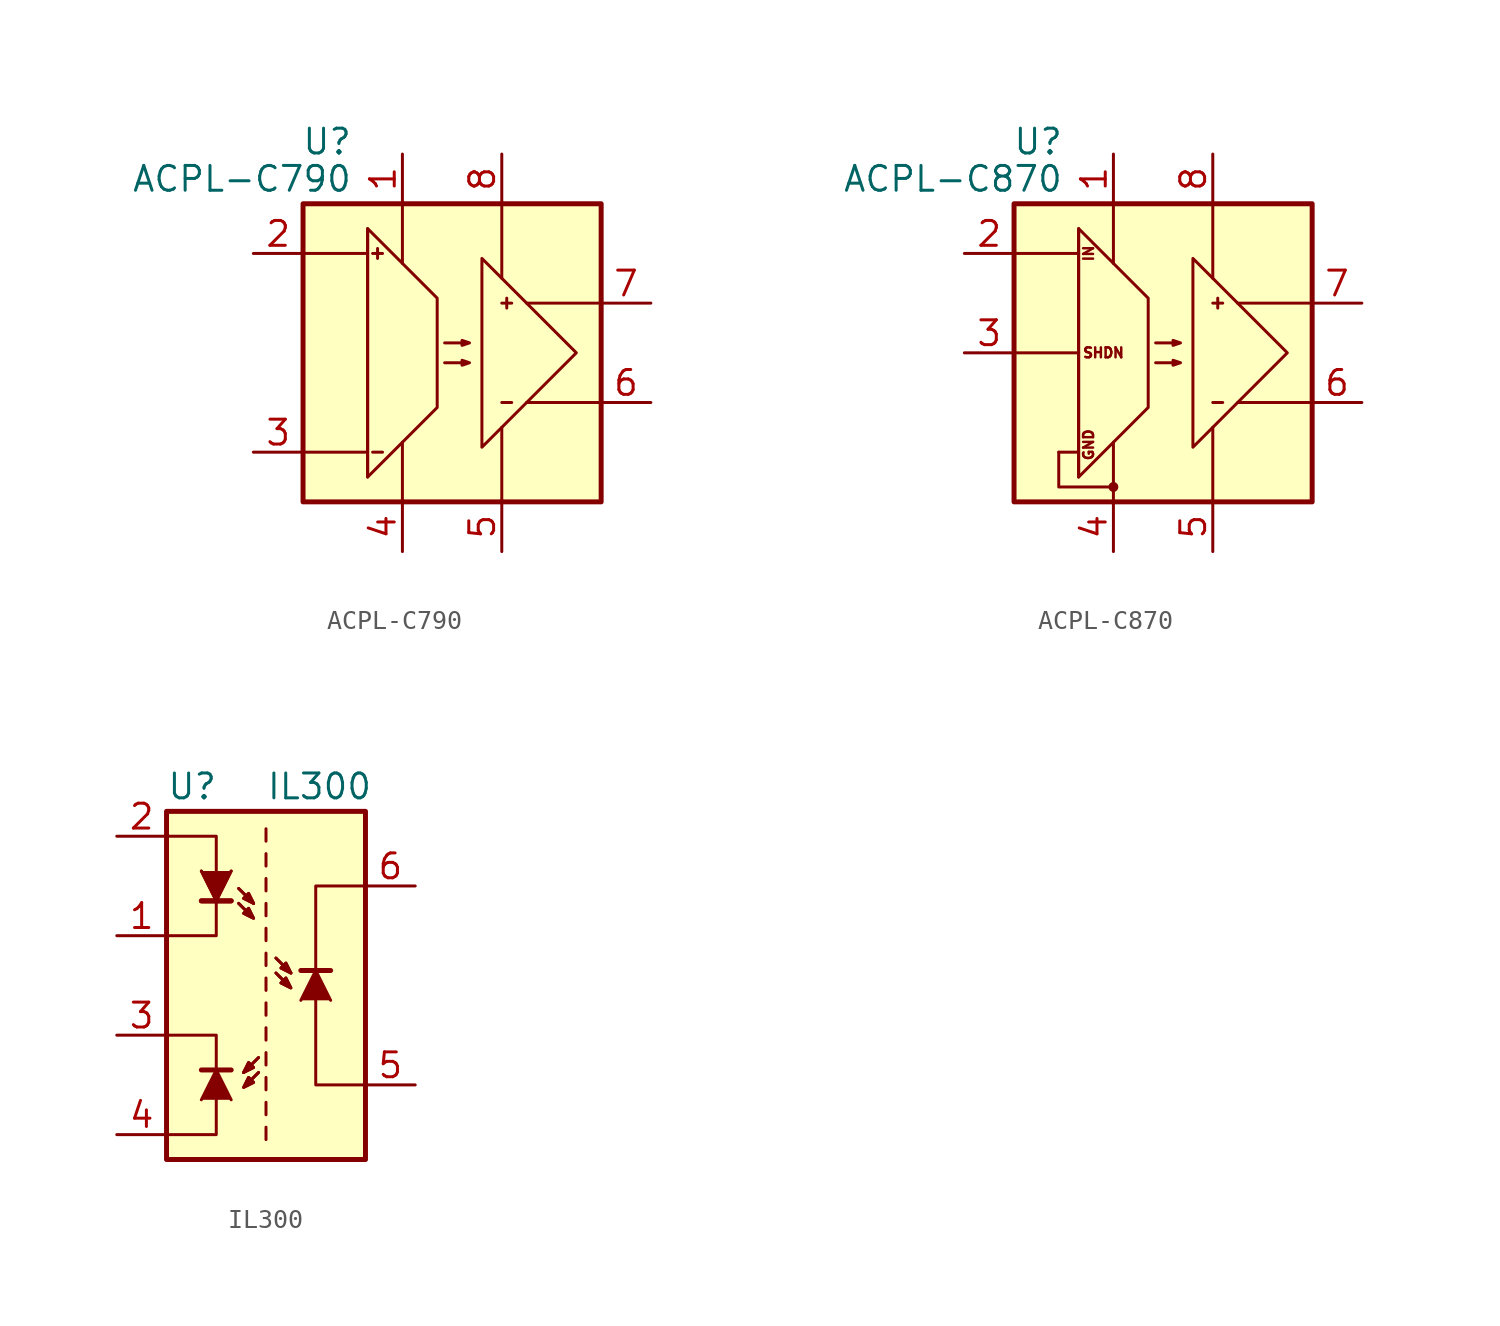
<source format=kicad_sym>
(kicad_symbol_lib
  (version 20201005)
  (generator kicad_symbol_editor)
  (symbol "ACPL-C790"
    (pin_names
      (offset 0) hide)
    (property "Reference" "U"
      (at -5.08 10.795 0)
      (effects (font (size 1.27 1.27)) (justify right)))
    (property "Value" "ACPL-C790"
      (at -5.08 8.89 0)
      (effects (font (size 1.27 1.27)) (justify right)))
    (symbol "ACPL-C790_0_1"
      (rectangle (start -7.62 7.62) (end 7.62 -7.62) (stroke (width 0.254)) (fill (type background)))
      (polyline (pts (xy -7.62 -5.08) (xy -4.318 -5.08)) (stroke (width 0)) (fill (type none)))
      (polyline (pts (xy -7.62 5.08) (xy -4.318 5.08)) (stroke (width 0)) (fill (type none)))
      (polyline (pts (xy -4.318 6.35) (xy -4.318 -6.35)) (stroke (width 0)) (fill (type none)))
      (polyline (pts (xy -4.064 -5.08) (xy -3.556 -5.08)) (stroke (width 0)) (fill (type none)))
      (polyline (pts (xy -4.064 5.08) (xy -3.556 5.08)) (stroke (width 0)) (fill (type none)))
      (polyline (pts (xy -3.81 5.334) (xy -3.81 4.826)) (stroke (width 0)) (fill (type none)))
      (polyline (pts (xy -2.54 -7.62) (xy -2.54 -4.572)) (stroke (width 0)) (fill (type none)))
      (polyline (pts (xy -2.54 7.62) (xy -2.54 4.572)) (stroke (width 0)) (fill (type none)))
      (polyline (pts (xy 2.54 -7.62) (xy 2.54 -3.81)) (stroke (width 0)) (fill (type none)))
      (polyline (pts (xy 2.54 7.62) (xy 2.54 3.81)) (stroke (width 0)) (fill (type none)))
      (polyline (pts (xy 2.794 2.794) (xy 2.794 2.286)) (stroke (width 0)) (fill (type none)))
      (polyline (pts (xy 3.048 -2.54) (xy 2.54 -2.54)) (stroke (width 0)) (fill (type none)))
      (polyline (pts (xy 3.048 2.54) (xy 2.54 2.54)) (stroke (width 0)) (fill (type none)))
      (polyline (pts (xy 7.62 -2.54) (xy 3.81 -2.54)) (stroke (width 0)) (fill (type none)))
      (polyline (pts (xy 7.62 2.54) (xy 3.81 2.54)) (stroke (width 0)) (fill (type none)))
      (polyline (pts (xy 6.35 0) (xy 1.524 -4.826) (xy 1.524 4.826) (xy 6.35 0)) (stroke (width 0)) (fill (type none)))
      (polyline (pts (xy -4.318 -6.35) (xy -0.762 -2.794) (xy -0.762 2.794) (xy -4.318 6.35) (xy -4.318 -6.35)) (stroke (width 0)) (fill (type none)))
      (polyline (pts (xy -0.381 -0.508) (xy 0.889 -0.508) (xy 0.508 -0.635) (xy 0.508 -0.381) (xy 0.889 -0.508)) (stroke (width 0)) (fill (type none)))
      (polyline (pts (xy -0.381 0.508) (xy 0.889 0.508) (xy 0.508 0.381) (xy 0.508 0.635) (xy 0.889 0.508)) (stroke (width 0)) (fill (type none))))
    (symbol "ACPL-C790_1_1"
      (pin power_in line (at -2.54 10.16 270) (length 2.54) (name "VDD1" (effects (font (size 1.27 1.27)))) (number "1" (effects (font (size 1.27 1.27)))))
      (pin input line (at -10.16 5.08 0) (length 2.54) (name "IN+" (effects (font (size 1.27 1.27)))) (number "2" (effects (font (size 1.27 1.27)))))
      (pin input line (at -10.16 -5.08 0) (length 2.54) (name "IN-" (effects (font (size 1.27 1.27)))) (number "3" (effects (font (size 1.27 1.27)))))
      (pin power_in line (at -2.54 -10.16 90) (length 2.54) (name "GND1" (effects (font (size 1.27 1.27)))) (number "4" (effects (font (size 1.27 1.27)))))
      (pin power_in line (at 2.54 -10.16 90) (length 2.54) (name "GND2" (effects (font (size 1.27 1.27)))) (number "5" (effects (font (size 1.27 1.27)))))
      (pin output line (at 10.16 -2.54 180) (length 2.54) (name "OUT-" (effects (font (size 1.27 1.27)))) (number "6" (effects (font (size 1.27 1.27)))))
      (pin output line (at 10.16 2.54 180) (length 2.54) (name "OUT+" (effects (font (size 1.27 1.27)))) (number "7" (effects (font (size 1.27 1.27)))))
      (pin power_in line (at 2.54 10.16 270) (length 2.54) (name "VDD2" (effects (font (size 1.27 1.27)))) (number "8" (effects (font (size 1.27 1.27)))))))
  (symbol "ACPL-C870"
    (pin_names
      (offset 0) hide)
    (property "Reference" "U"
      (at -5.08 10.795 0)
      (effects (font (size 1.27 1.27)) (justify right)))
    (property "Value" "ACPL-C870"
      (at -5.08 8.89 0)
      (effects (font (size 1.27 1.27)) (justify right)))
    (symbol "ACPL-C870_0_0"
      (circle (center -2.54 -6.858) (radius 0.178) (stroke (width 0)) (fill (type outline)))
      (text "GND" (at -3.81 -4.699 900) (effects (font (size 0.508 0.508))))
      (text "IN" (at -3.81 5.08 900) (effects (font (size 0.508 0.508))))
      (text "SHDN" (at -3.048 0 0) (effects (font (size 0.508 0.508))))
      (polyline (pts (xy -7.62 0) (xy -4.318 0)) (stroke (width 0)) (fill (type none)))
      (polyline (pts (xy -4.318 -5.08) (xy -5.334 -5.08)) (stroke (width 0)) (fill (type none)))
      (polyline (pts (xy -5.334 -5.08) (xy -5.334 -6.858) (xy -2.54 -6.858)) (stroke (width 0)) (fill (type none))))
    (symbol "ACPL-C870_0_1"
      (rectangle (start -7.62 7.62) (end 7.62 -7.62) (stroke (width 0.254)) (fill (type background)))
      (polyline (pts (xy -7.62 5.08) (xy -4.318 5.08)) (stroke (width 0)) (fill (type none)))
      (polyline (pts (xy -4.318 6.35) (xy -4.318 -6.35)) (stroke (width 0)) (fill (type none)))
      (polyline (pts (xy -2.54 -7.62) (xy -2.54 -4.572)) (stroke (width 0)) (fill (type none)))
      (polyline (pts (xy -2.54 7.62) (xy -2.54 4.572)) (stroke (width 0)) (fill (type none)))
      (polyline (pts (xy 2.54 -7.62) (xy 2.54 -3.81)) (stroke (width 0)) (fill (type none)))
      (polyline (pts (xy 2.54 7.62) (xy 2.54 3.81)) (stroke (width 0)) (fill (type none)))
      (polyline (pts (xy 2.794 2.794) (xy 2.794 2.286)) (stroke (width 0)) (fill (type none)))
      (polyline (pts (xy 3.048 -2.54) (xy 2.54 -2.54)) (stroke (width 0)) (fill (type none)))
      (polyline (pts (xy 3.048 2.54) (xy 2.54 2.54)) (stroke (width 0)) (fill (type none)))
      (polyline (pts (xy 7.62 -2.54) (xy 3.81 -2.54)) (stroke (width 0)) (fill (type none)))
      (polyline (pts (xy 7.62 2.54) (xy 3.81 2.54)) (stroke (width 0)) (fill (type none)))
      (polyline (pts (xy 6.35 0) (xy 1.524 -4.826) (xy 1.524 4.826) (xy 6.35 0)) (stroke (width 0)) (fill (type none)))
      (polyline (pts (xy -4.318 -6.35) (xy -0.762 -2.794) (xy -0.762 2.794) (xy -4.318 6.35) (xy -4.318 -6.35)) (stroke (width 0)) (fill (type none)))
      (polyline (pts (xy -0.381 -0.508) (xy 0.889 -0.508) (xy 0.508 -0.635) (xy 0.508 -0.381) (xy 0.889 -0.508)) (stroke (width 0)) (fill (type none)))
      (polyline (pts (xy -0.381 0.508) (xy 0.889 0.508) (xy 0.508 0.381) (xy 0.508 0.635) (xy 0.889 0.508)) (stroke (width 0)) (fill (type none))))
    (symbol "ACPL-C870_1_1"
      (pin power_in line (at -2.54 10.16 270) (length 2.54) (name "VDD1" (effects (font (size 1.27 1.27)))) (number "1" (effects (font (size 1.27 1.27)))))
      (pin input line (at -10.16 5.08 0) (length 2.54) (name "IN" (effects (font (size 1.27 1.27)))) (number "2" (effects (font (size 1.27 1.27)))))
      (pin input line (at -10.16 0 0) (length 2.54) (name "IN-" (effects (font (size 1.27 1.27)))) (number "3" (effects (font (size 1.27 1.27)))))
      (pin power_in line (at -2.54 -10.16 90) (length 2.54) (name "GND1" (effects (font (size 1.27 1.27)))) (number "4" (effects (font (size 1.27 1.27)))))
      (pin power_in line (at 2.54 -10.16 90) (length 2.54) (name "GND2" (effects (font (size 1.27 1.27)))) (number "5" (effects (font (size 1.27 1.27)))))
      (pin output line (at 10.16 -2.54 180) (length 2.54) (name "OUT-" (effects (font (size 1.27 1.27)))) (number "6" (effects (font (size 1.27 1.27)))))
      (pin output line (at 10.16 2.54 180) (length 2.54) (name "OUT+" (effects (font (size 1.27 1.27)))) (number "7" (effects (font (size 1.27 1.27)))))
      (pin power_in line (at 2.54 10.16 270) (length 2.54) (name "VDD2" (effects (font (size 1.27 1.27)))) (number "8" (effects (font (size 1.27 1.27)))))))
  (symbol "IL300"
    (pin_names
      (offset 1.016))
    (property "Reference" "U"
      (at -5.08 10.16 0)
      (effects (font (size 1.27 1.27)) (justify left)))
    (property "Value" "IL300"
      (at 0 10.16 0)
      (effects (font (size 1.27 1.27)) (justify left)))
    (symbol "IL300_0_1"
      (rectangle (start -5.08 8.89) (end 5.08 -8.89) (stroke (width 0.254)) (fill (type background)))
      (polyline (pts (xy -3.302 -4.318) (xy -1.778 -4.318)) (stroke (width 0.254)) (fill (type none)))
      (polyline (pts (xy -1.778 4.318) (xy -3.302 4.318)) (stroke (width 0.254)) (fill (type none)))
      (polyline (pts (xy -1.778 4.318) (xy -3.302 4.318)) (stroke (width 0.254)) (fill (type none)))
      (polyline (pts (xy 0 -7.239) (xy 0 -7.874)) (stroke (width 0)) (fill (type none)))
      (polyline (pts (xy 0 -5.969) (xy 0 -6.604)) (stroke (width 0)) (fill (type none)))
      (polyline (pts (xy 0 -4.699) (xy 0 -5.334)) (stroke (width 0)) (fill (type none)))
      (polyline (pts (xy 0 -3.429) (xy 0 -4.064)) (stroke (width 0)) (fill (type none)))
      (polyline (pts (xy 0 -2.159) (xy 0 -2.794)) (stroke (width 0)) (fill (type none)))
      (polyline (pts (xy 0 -0.889) (xy 0 -1.524)) (stroke (width 0)) (fill (type none)))
      (polyline (pts (xy 0 0.381) (xy 0 -0.254)) (stroke (width 0)) (fill (type none)))
      (polyline (pts (xy 0 1.651) (xy 0 1.016)) (stroke (width 0)) (fill (type none)))
      (polyline (pts (xy 0 2.921) (xy 0 2.286)) (stroke (width 0)) (fill (type none)))
      (polyline (pts (xy 0 4.191) (xy 0 3.556)) (stroke (width 0)) (fill (type none)))
      (polyline (pts (xy 0 5.461) (xy 0 4.826)) (stroke (width 0)) (fill (type none)))
      (polyline (pts (xy 0 6.731) (xy 0 6.096)) (stroke (width 0)) (fill (type none)))
      (polyline (pts (xy 0 8.001) (xy 0 7.366)) (stroke (width 0)) (fill (type none)))
      (polyline (pts (xy 1.778 0.762) (xy 3.302 0.762)) (stroke (width 0.254)) (fill (type none)))
      (polyline (pts (xy -3.302 -5.842) (xy -2.54 -4.318) (xy -1.778 -5.842)) (stroke (width 0)) (fill (type outline)))
      (polyline (pts (xy -1.778 5.842) (xy -2.54 4.318) (xy -3.302 5.842)) (stroke (width 0)) (fill (type outline)))
      (polyline (pts (xy -1.778 5.842) (xy -2.54 4.318) (xy -3.302 5.842)) (stroke (width 0)) (fill (type outline)))
      (polyline (pts (xy -1.397 4.953) (xy -0.635 4.191) (xy -0.635 4.191)) (stroke (width 0)) (fill (type none)))
      (polyline (pts (xy -1.397 4.953) (xy -0.635 4.191) (xy -0.635 4.191)) (stroke (width 0)) (fill (type none)))
      (polyline (pts (xy -0.381 -3.683) (xy -1.143 -4.445) (xy -1.143 -4.445)) (stroke (width 0)) (fill (type none)))
      (polyline (pts (xy -0.381 -3.683) (xy -1.143 -4.445) (xy -1.143 -4.445)) (stroke (width 0)) (fill (type none)))
      (polyline (pts (xy 0.508 1.397) (xy 1.27 0.635) (xy 1.27 0.635)) (stroke (width 0)) (fill (type none)))
      (polyline (pts (xy 0.508 1.397) (xy 1.27 0.635) (xy 1.27 0.635)) (stroke (width 0)) (fill (type none)))
      (polyline (pts (xy 1.778 -0.762) (xy 2.54 0.762) (xy 3.302 -0.762)) (stroke (width 0)) (fill (type outline)))
      (polyline (pts (xy -5.08 -2.54) (xy -2.54 -2.54) (xy -2.54 -7.62) (xy -5.08 -7.62)) (stroke (width 0)) (fill (type none)))
      (polyline (pts (xy -5.08 7.62) (xy -2.54 7.62) (xy -2.54 2.54) (xy -5.08 2.54)) (stroke (width 0)) (fill (type none)))
      (polyline (pts (xy 5.08 5.08) (xy 2.54 5.08) (xy 2.54 -5.08) (xy 5.08 -5.08)) (stroke (width 0)) (fill (type none)))
      (polyline (pts (xy -1.143 -4.445) (xy -0.889 -3.937) (xy -0.635 -4.191) (xy -1.143 -4.445) (xy -1.143 -4.445)) (stroke (width 0)) (fill (type none)))
      (polyline (pts (xy -1.143 -4.445) (xy -0.889 -3.937) (xy -0.635 -4.191) (xy -1.143 -4.445) (xy -1.143 -4.445)) (stroke (width 0)) (fill (type none)))
      (polyline (pts (xy -0.635 4.191) (xy -0.889 4.699) (xy -1.143 4.445) (xy -0.635 4.191) (xy -0.635 4.191)) (stroke (width 0)) (fill (type none)))
      (polyline (pts (xy -0.635 4.191) (xy -0.889 4.699) (xy -1.143 4.445) (xy -0.635 4.191) (xy -0.635 4.191)) (stroke (width 0)) (fill (type none)))
      (polyline (pts (xy 1.27 0.635) (xy 1.016 1.143) (xy 0.762 0.889) (xy 1.27 0.635) (xy 1.27 0.635)) (stroke (width 0)) (fill (type none)))
      (polyline (pts (xy 1.27 0.635) (xy 1.016 1.143) (xy 0.762 0.889) (xy 1.27 0.635) (xy 1.27 0.635)) (stroke (width 0)) (fill (type none)))
      (polyline (pts (xy -1.397 4.191) (xy -0.635 3.429) (xy -0.889 3.937) (xy -1.143 3.683) (xy -0.635 3.429) (xy -0.635 3.429)) (stroke (width 0)) (fill (type none)))
      (polyline (pts (xy -1.397 4.191) (xy -0.635 3.429) (xy -0.889 3.937) (xy -1.143 3.683) (xy -0.635 3.429) (xy -0.635 3.429)) (stroke (width 0)) (fill (type none)))
      (polyline (pts (xy -0.381 -4.445) (xy -1.143 -5.207) (xy -0.889 -4.699) (xy -0.635 -4.953) (xy -1.143 -5.207) (xy -1.143 -5.207)) (stroke (width 0)) (fill (type none)))
      (polyline (pts (xy -0.381 -4.445) (xy -1.143 -5.207) (xy -0.889 -4.699) (xy -0.635 -4.953) (xy -1.143 -5.207) (xy -1.143 -5.207)) (stroke (width 0)) (fill (type none)))
      (polyline (pts (xy 0.508 0.635) (xy 1.27 -0.127) (xy 1.016 0.381) (xy 0.762 0.127) (xy 1.27 -0.127) (xy 1.27 -0.127)) (stroke (width 0)) (fill (type none)))
      (polyline (pts (xy 0.508 0.635) (xy 1.27 -0.127) (xy 1.016 0.381) (xy 0.762 0.127) (xy 1.27 -0.127) (xy 1.27 -0.127)) (stroke (width 0)) (fill (type none))))
    (symbol "IL300_1_1"
      (pin passive line (at -7.62 2.54 0) (length 2.54) (name "~" (effects (font (size 1.27 1.27)))) (number "1" (effects (font (size 1.27 1.27)))))
      (pin passive line (at -7.62 7.62 0) (length 2.54) (name "~" (effects (font (size 1.27 1.27)))) (number "2" (effects (font (size 1.27 1.27)))))
      (pin passive line (at -7.62 -2.54 0) (length 2.54) (name "~" (effects (font (size 1.27 1.27)))) (number "3" (effects (font (size 1.27 1.27)))))
      (pin passive line (at -7.62 -7.62 0) (length 2.54) (name "~" (effects (font (size 1.27 1.27)))) (number "4" (effects (font (size 1.27 1.27)))))
      (pin passive line (at 7.62 -5.08 180) (length 2.54) (name "~" (effects (font (size 1.27 1.27)))) (number "5" (effects (font (size 1.27 1.27)))))
      (pin passive line (at 7.62 5.08 180) (length 2.54) (name "~" (effects (font (size 1.27 1.27)))) (number "6" (effects (font (size 1.27 1.27)))))
      (pin no_connect line (at 7.62 2.54 180) (length 2.54) hide (name "NC" (effects (font (size 1.27 1.27)))) (number "7" (effects (font (size 1.27 1.27)))))
      (pin no_connect line (at 7.62 0 180) (length 2.54) hide (name "NC" (effects (font (size 1.27 1.27)))) (number "8" (effects (font (size 1.27 1.27))))))))
</source>
